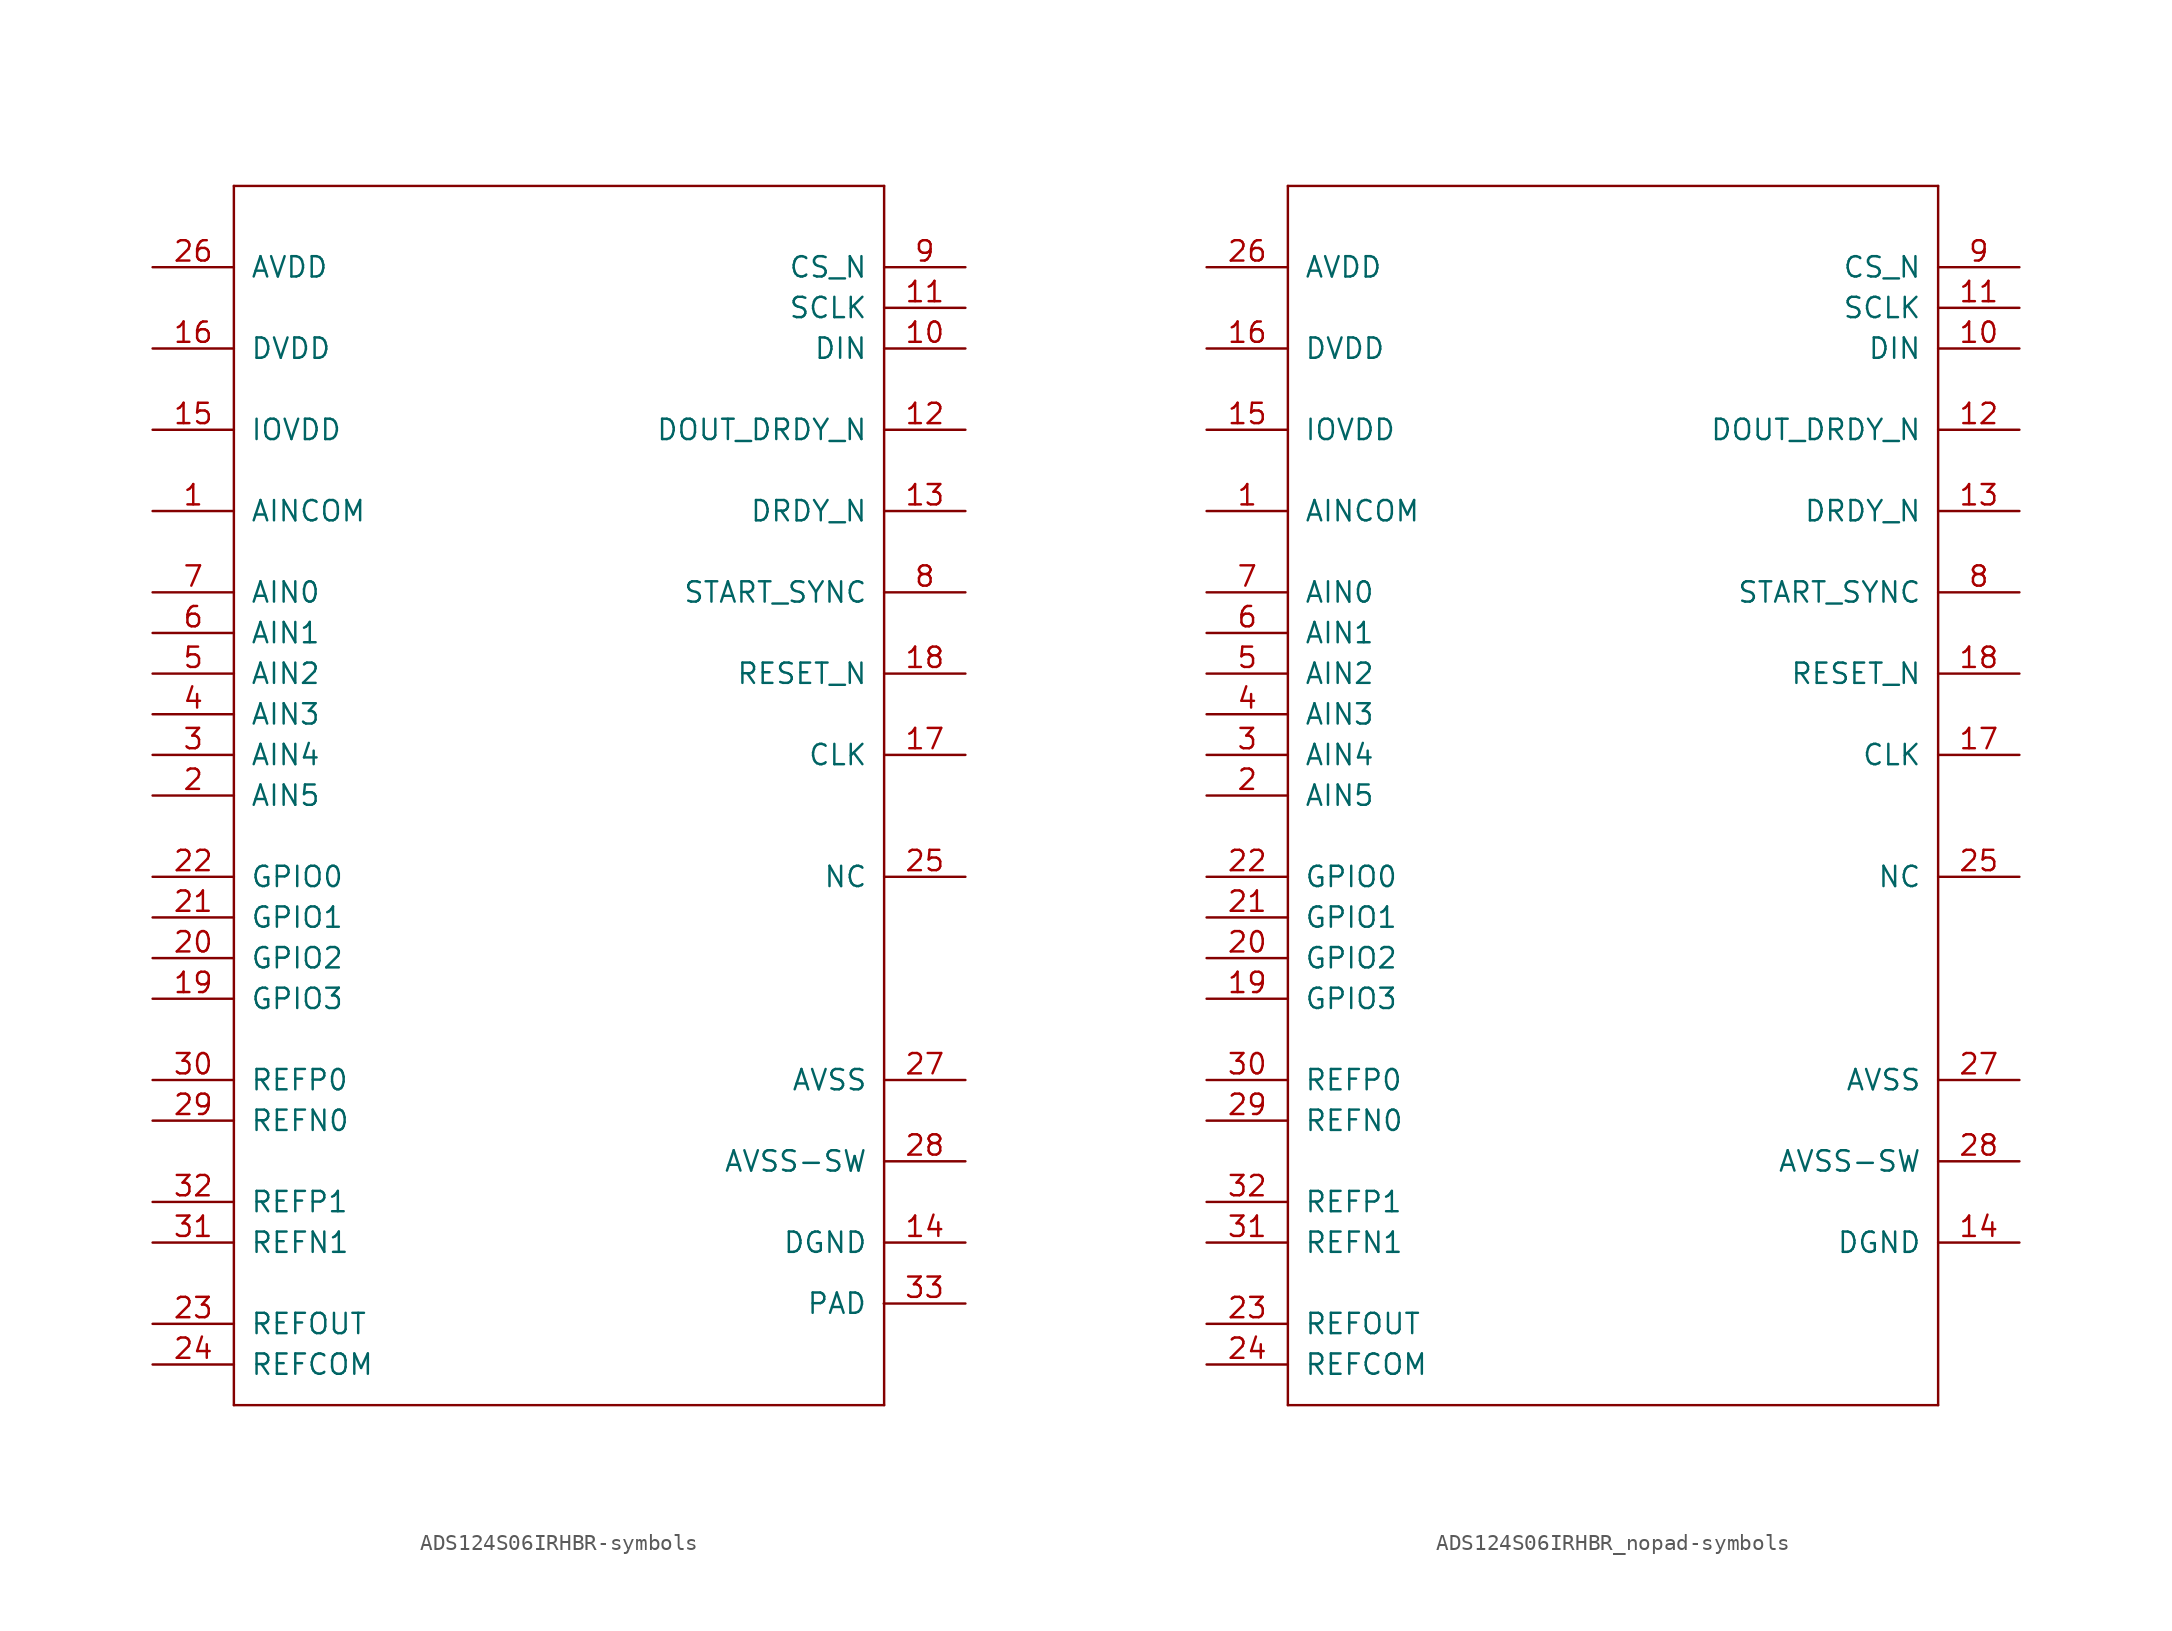
<source format=kicad_sym>
(kicad_symbol_lib
  (version 20220914)
  (generator kicad_symbol_editor)
  (symbol "ADS124S06IRHBR-symbols"
    (pin_names
      (offset 1.016))
    (property "Reference" "U"
      (at 0 0 0)
      (effects (font (size 1.27 1.27)) hide))
    (symbol "ADS124S06IRHBR-symbols_1_0"
      (polyline (pts (xy -20.32 -38.1) (xy 20.32 -38.1)) (stroke (width 0) (type solid)) (fill (type none)))
      (polyline (pts (xy -20.32 38.1) (xy -20.32 -38.1)) (stroke (width 0) (type solid)) (fill (type none)))
      (polyline (pts (xy 20.32 -38.1) (xy 20.32 38.1)) (stroke (width 0) (type solid)) (fill (type none)))
      (polyline (pts (xy 20.32 38.1) (xy -20.32 38.1)) (stroke (width 0) (type solid)) (fill (type none)))
      (pin input line (at -25.4 17.78 0) (length 5.08) (name "AINCOM" (effects (font (size 1.27 1.27)))) (number "1" (effects (font (size 1.27 1.27)))))
      (pin input line (at 25.4 27.94 180) (length 5.08) (name "DIN" (effects (font (size 1.27 1.27)))) (number "10" (effects (font (size 1.27 1.27)))))
      (pin input line (at 25.4 30.48 180) (length 5.08) (name "SCLK" (effects (font (size 1.27 1.27)))) (number "11" (effects (font (size 1.27 1.27)))))
      (pin output line (at 25.4 22.86 180) (length 5.08) (name "DOUT_DRDY_N" (effects (font (size 1.27 1.27)))) (number "12" (effects (font (size 1.27 1.27)))))
      (pin output line (at 25.4 17.78 180) (length 5.08) (name "DRDY_N" (effects (font (size 1.27 1.27)))) (number "13" (effects (font (size 1.27 1.27)))))
      (pin power_in line (at 25.4 -27.94 180) (length 5.08) (name "DGND" (effects (font (size 1.27 1.27)))) (number "14" (effects (font (size 1.27 1.27)))))
      (pin power_in line (at -25.4 22.86 0) (length 5.08) (name "IOVDD" (effects (font (size 1.27 1.27)))) (number "15" (effects (font (size 1.27 1.27)))))
      (pin power_in line (at -25.4 27.94 0) (length 5.08) (name "DVDD" (effects (font (size 1.27 1.27)))) (number "16" (effects (font (size 1.27 1.27)))))
      (pin input line (at 25.4 2.54 180) (length 5.08) (name "CLK" (effects (font (size 1.27 1.27)))) (number "17" (effects (font (size 1.27 1.27)))))
      (pin input line (at 25.4 7.62 180) (length 5.08) (name "RESET_N" (effects (font (size 1.27 1.27)))) (number "18" (effects (font (size 1.27 1.27)))))
      (pin unspecified line (at -25.4 -12.7 0) (length 5.08) (name "GPIO3" (effects (font (size 1.27 1.27)))) (number "19" (effects (font (size 1.27 1.27)))))
      (pin input line (at -25.4 0 0) (length 5.08) (name "AIN5" (effects (font (size 1.27 1.27)))) (number "2" (effects (font (size 1.27 1.27)))))
      (pin unspecified line (at -25.4 -10.16 0) (length 5.08) (name "GPIO2" (effects (font (size 1.27 1.27)))) (number "20" (effects (font (size 1.27 1.27)))))
      (pin unspecified line (at -25.4 -7.62 0) (length 5.08) (name "GPIO1" (effects (font (size 1.27 1.27)))) (number "21" (effects (font (size 1.27 1.27)))))
      (pin unspecified line (at -25.4 -5.08 0) (length 5.08) (name "GPIO0" (effects (font (size 1.27 1.27)))) (number "22" (effects (font (size 1.27 1.27)))))
      (pin output line (at -25.4 -33.02 0) (length 5.08) (name "REFOUT" (effects (font (size 1.27 1.27)))) (number "23" (effects (font (size 1.27 1.27)))))
      (pin output line (at -25.4 -35.56 0) (length 5.08) (name "REFCOM" (effects (font (size 1.27 1.27)))) (number "24" (effects (font (size 1.27 1.27)))))
      (pin passive line (at 25.4 -5.08 180) (length 5.08) (name "NC" (effects (font (size 1.27 1.27)))) (number "25" (effects (font (size 1.27 1.27)))))
      (pin power_in line (at -25.4 33.02 0) (length 5.08) (name "AVDD" (effects (font (size 1.27 1.27)))) (number "26" (effects (font (size 1.27 1.27)))))
      (pin power_in line (at 25.4 -17.78 180) (length 5.08) (name "AVSS" (effects (font (size 1.27 1.27)))) (number "27" (effects (font (size 1.27 1.27)))))
      (pin power_in line (at 25.4 -22.86 180) (length 5.08) (name "AVSS-SW" (effects (font (size 1.27 1.27)))) (number "28" (effects (font (size 1.27 1.27)))))
      (pin input line (at -25.4 -20.32 0) (length 5.08) (name "REFN0" (effects (font (size 1.27 1.27)))) (number "29" (effects (font (size 1.27 1.27)))))
      (pin input line (at -25.4 2.54 0) (length 5.08) (name "AIN4" (effects (font (size 1.27 1.27)))) (number "3" (effects (font (size 1.27 1.27)))))
      (pin input line (at -25.4 -17.78 0) (length 5.08) (name "REFP0" (effects (font (size 1.27 1.27)))) (number "30" (effects (font (size 1.27 1.27)))))
      (pin input line (at -25.4 -27.94 0) (length 5.08) (name "REFN1" (effects (font (size 1.27 1.27)))) (number "31" (effects (font (size 1.27 1.27)))))
      (pin input line (at -25.4 -25.4 0) (length 5.08) (name "REFP1" (effects (font (size 1.27 1.27)))) (number "32" (effects (font (size 1.27 1.27)))))
      (pin input line (at -25.4 5.08 0) (length 5.08) (name "AIN3" (effects (font (size 1.27 1.27)))) (number "4" (effects (font (size 1.27 1.27)))))
      (pin input line (at -25.4 7.62 0) (length 5.08) (name "AIN2" (effects (font (size 1.27 1.27)))) (number "5" (effects (font (size 1.27 1.27)))))
      (pin input line (at -25.4 10.16 0) (length 5.08) (name "AIN1" (effects (font (size 1.27 1.27)))) (number "6" (effects (font (size 1.27 1.27)))))
      (pin input line (at -25.4 12.7 0) (length 5.08) (name "AIN0" (effects (font (size 1.27 1.27)))) (number "7" (effects (font (size 1.27 1.27)))))
      (pin input line (at 25.4 12.7 180) (length 5.08) (name "START_SYNC" (effects (font (size 1.27 1.27)))) (number "8" (effects (font (size 1.27 1.27)))))
      (pin input line (at 25.4 33.02 180) (length 5.08) (name "CS_N" (effects (font (size 1.27 1.27)))) (number "9" (effects (font (size 1.27 1.27))))))
    (symbol "ADS124S06IRHBR-symbols_1_1"
      (pin power_in line (at 25.4 -31.75 180) (length 5.105) (name "PAD" (effects (font (size 1.27 1.27)))) (number "33" (effects (font (size 1.27 1.27)))))))
  (symbol "ADS124S06IRHBR_nopad-symbols"
    (pin_names
      (offset 1.016))
    (property "Reference" "U"
      (at 0 0 0)
      (effects (font (size 1.27 1.27)) hide))
    (property "ki_locked" ""
      (at 0 0 0)
      (effects (font (size 1.27 1.27))))
    (symbol "ADS124S06IRHBR_nopad-symbols_1_0"
      (polyline (pts (xy -20.32 -38.1) (xy 20.32 -38.1)) (stroke (width 0) (type solid)) (fill (type none)))
      (polyline (pts (xy -20.32 38.1) (xy -20.32 -38.1)) (stroke (width 0) (type solid)) (fill (type none)))
      (polyline (pts (xy 20.32 -38.1) (xy 20.32 38.1)) (stroke (width 0) (type solid)) (fill (type none)))
      (polyline (pts (xy 20.32 38.1) (xy -20.32 38.1)) (stroke (width 0) (type solid)) (fill (type none)))
      (pin input line (at -25.4 17.78 0) (length 5.08) (name "AINCOM" (effects (font (size 1.27 1.27)))) (number "1" (effects (font (size 1.27 1.27)))))
      (pin input line (at 25.4 27.94 180) (length 5.08) (name "DIN" (effects (font (size 1.27 1.27)))) (number "10" (effects (font (size 1.27 1.27)))))
      (pin input line (at 25.4 30.48 180) (length 5.08) (name "SCLK" (effects (font (size 1.27 1.27)))) (number "11" (effects (font (size 1.27 1.27)))))
      (pin output line (at 25.4 22.86 180) (length 5.08) (name "DOUT_DRDY_N" (effects (font (size 1.27 1.27)))) (number "12" (effects (font (size 1.27 1.27)))))
      (pin output line (at 25.4 17.78 180) (length 5.08) (name "DRDY_N" (effects (font (size 1.27 1.27)))) (number "13" (effects (font (size 1.27 1.27)))))
      (pin power_in line (at 25.4 -27.94 180) (length 5.08) (name "DGND" (effects (font (size 1.27 1.27)))) (number "14" (effects (font (size 1.27 1.27)))))
      (pin power_in line (at -25.4 22.86 0) (length 5.08) (name "IOVDD" (effects (font (size 1.27 1.27)))) (number "15" (effects (font (size 1.27 1.27)))))
      (pin power_in line (at -25.4 27.94 0) (length 5.08) (name "DVDD" (effects (font (size 1.27 1.27)))) (number "16" (effects (font (size 1.27 1.27)))))
      (pin input line (at 25.4 2.54 180) (length 5.08) (name "CLK" (effects (font (size 1.27 1.27)))) (number "17" (effects (font (size 1.27 1.27)))))
      (pin input line (at 25.4 7.62 180) (length 5.08) (name "RESET_N" (effects (font (size 1.27 1.27)))) (number "18" (effects (font (size 1.27 1.27)))))
      (pin unspecified line (at -25.4 -12.7 0) (length 5.08) (name "GPIO3" (effects (font (size 1.27 1.27)))) (number "19" (effects (font (size 1.27 1.27)))))
      (pin input line (at -25.4 0 0) (length 5.08) (name "AIN5" (effects (font (size 1.27 1.27)))) (number "2" (effects (font (size 1.27 1.27)))))
      (pin unspecified line (at -25.4 -10.16 0) (length 5.08) (name "GPIO2" (effects (font (size 1.27 1.27)))) (number "20" (effects (font (size 1.27 1.27)))))
      (pin unspecified line (at -25.4 -7.62 0) (length 5.08) (name "GPIO1" (effects (font (size 1.27 1.27)))) (number "21" (effects (font (size 1.27 1.27)))))
      (pin unspecified line (at -25.4 -5.08 0) (length 5.08) (name "GPIO0" (effects (font (size 1.27 1.27)))) (number "22" (effects (font (size 1.27 1.27)))))
      (pin output line (at -25.4 -33.02 0) (length 5.08) (name "REFOUT" (effects (font (size 1.27 1.27)))) (number "23" (effects (font (size 1.27 1.27)))))
      (pin output line (at -25.4 -35.56 0) (length 5.08) (name "REFCOM" (effects (font (size 1.27 1.27)))) (number "24" (effects (font (size 1.27 1.27)))))
      (pin passive line (at 25.4 -5.08 180) (length 5.08) (name "NC" (effects (font (size 1.27 1.27)))) (number "25" (effects (font (size 1.27 1.27)))))
      (pin power_in line (at -25.4 33.02 0) (length 5.08) (name "AVDD" (effects (font (size 1.27 1.27)))) (number "26" (effects (font (size 1.27 1.27)))))
      (pin power_in line (at 25.4 -17.78 180) (length 5.08) (name "AVSS" (effects (font (size 1.27 1.27)))) (number "27" (effects (font (size 1.27 1.27)))))
      (pin power_in line (at 25.4 -22.86 180) (length 5.08) (name "AVSS-SW" (effects (font (size 1.27 1.27)))) (number "28" (effects (font (size 1.27 1.27)))))
      (pin input line (at -25.4 -20.32 0) (length 5.08) (name "REFN0" (effects (font (size 1.27 1.27)))) (number "29" (effects (font (size 1.27 1.27)))))
      (pin input line (at -25.4 2.54 0) (length 5.08) (name "AIN4" (effects (font (size 1.27 1.27)))) (number "3" (effects (font (size 1.27 1.27)))))
      (pin input line (at -25.4 -17.78 0) (length 5.08) (name "REFP0" (effects (font (size 1.27 1.27)))) (number "30" (effects (font (size 1.27 1.27)))))
      (pin input line (at -25.4 -27.94 0) (length 5.08) (name "REFN1" (effects (font (size 1.27 1.27)))) (number "31" (effects (font (size 1.27 1.27)))))
      (pin input line (at -25.4 -25.4 0) (length 5.08) (name "REFP1" (effects (font (size 1.27 1.27)))) (number "32" (effects (font (size 1.27 1.27)))))
      (pin input line (at -25.4 5.08 0) (length 5.08) (name "AIN3" (effects (font (size 1.27 1.27)))) (number "4" (effects (font (size 1.27 1.27)))))
      (pin input line (at -25.4 7.62 0) (length 5.08) (name "AIN2" (effects (font (size 1.27 1.27)))) (number "5" (effects (font (size 1.27 1.27)))))
      (pin input line (at -25.4 10.16 0) (length 5.08) (name "AIN1" (effects (font (size 1.27 1.27)))) (number "6" (effects (font (size 1.27 1.27)))))
      (pin input line (at -25.4 12.7 0) (length 5.08) (name "AIN0" (effects (font (size 1.27 1.27)))) (number "7" (effects (font (size 1.27 1.27)))))
      (pin input line (at 25.4 12.7 180) (length 5.08) (name "START_SYNC" (effects (font (size 1.27 1.27)))) (number "8" (effects (font (size 1.27 1.27)))))
      (pin input line (at 25.4 33.02 180) (length 5.08) (name "CS_N" (effects (font (size 1.27 1.27)))) (number "9" (effects (font (size 1.27 1.27))))))))
</source>
